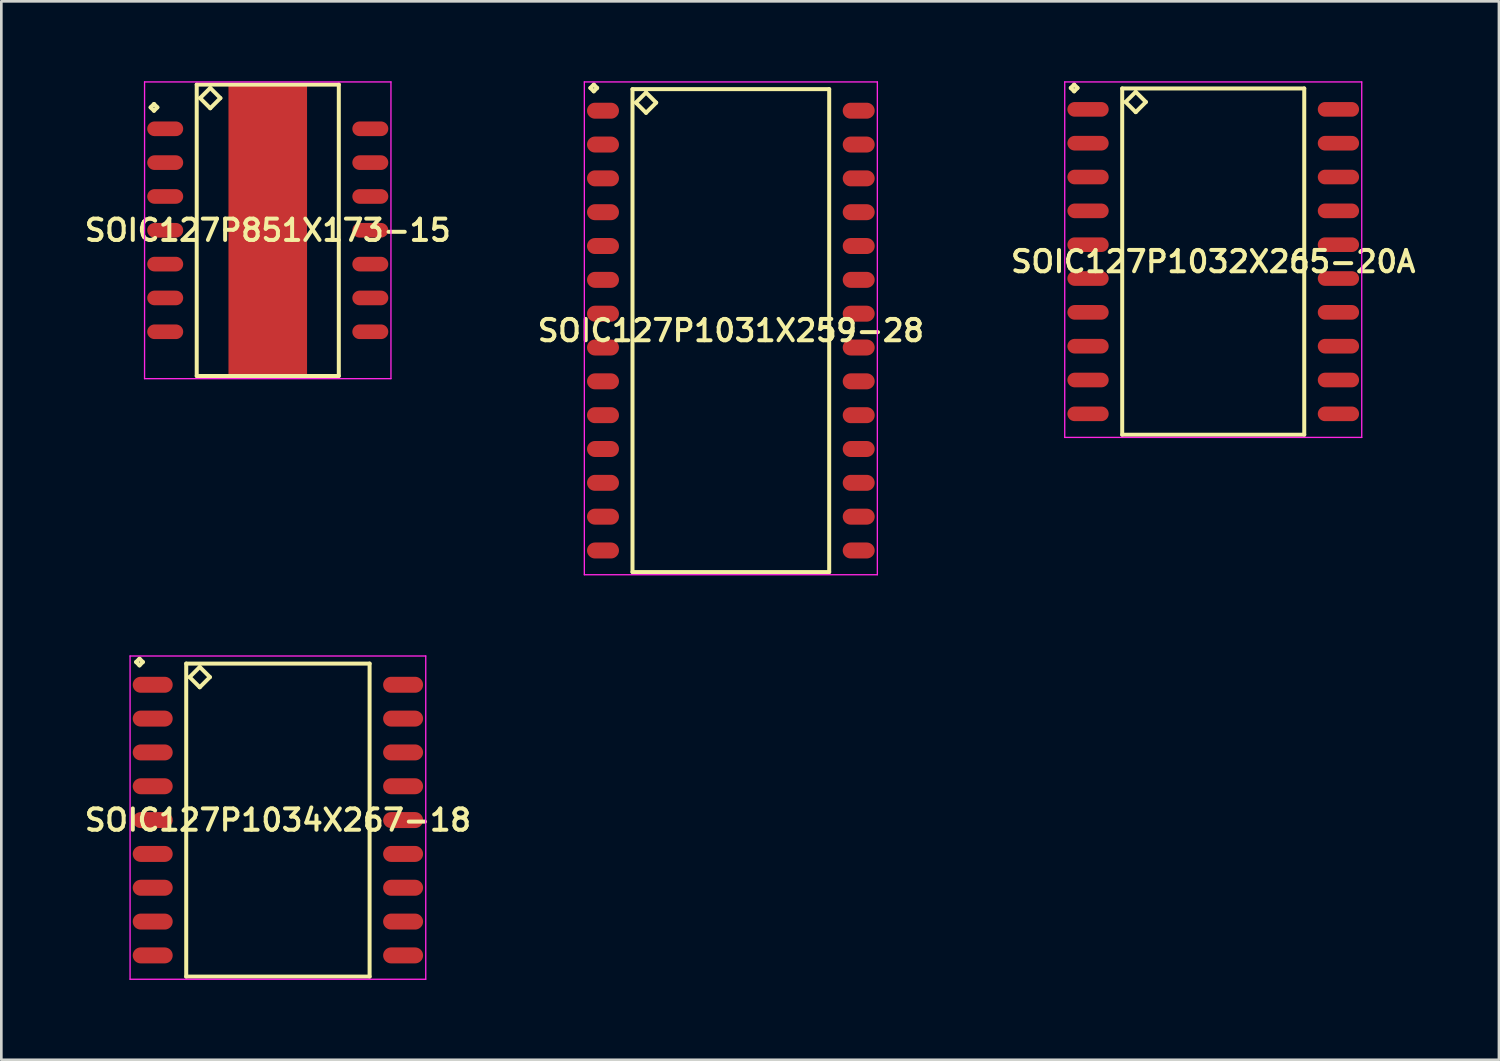
<source format=kicad_pcb>
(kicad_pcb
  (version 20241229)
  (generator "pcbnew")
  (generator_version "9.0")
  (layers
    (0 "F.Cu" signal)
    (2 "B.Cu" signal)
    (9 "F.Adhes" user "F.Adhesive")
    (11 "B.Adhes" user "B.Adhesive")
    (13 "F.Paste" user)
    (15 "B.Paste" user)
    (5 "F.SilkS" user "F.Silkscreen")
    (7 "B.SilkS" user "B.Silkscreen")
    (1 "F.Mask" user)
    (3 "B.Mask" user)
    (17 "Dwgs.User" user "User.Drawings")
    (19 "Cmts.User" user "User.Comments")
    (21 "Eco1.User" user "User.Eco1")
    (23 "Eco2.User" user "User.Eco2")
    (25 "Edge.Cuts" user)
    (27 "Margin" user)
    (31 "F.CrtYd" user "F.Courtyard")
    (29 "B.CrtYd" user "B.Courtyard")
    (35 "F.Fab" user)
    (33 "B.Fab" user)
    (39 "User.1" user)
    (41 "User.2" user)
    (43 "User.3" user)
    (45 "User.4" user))
  (footprint "SOIC127P1034X267-18"
    (layer "F.Cu")
    (at 7.383 27.737)
    (property "Reference" "SOIC127P1034X267-18" (at 0 0 0) (layer "F.SilkS") (effects (font (size 0.8 0.8) (thickness 0.15))))
    (attr smd)
    (fp_line (start -5.323 -5.934) (end -5.196 -6.061) (stroke (width 0.15) (type solid)) (layer "F.SilkS"))
    (fp_line (start -5.196 -6.061) (end -5.069 -5.934) (stroke (width 0.15) (type solid)) (layer "F.SilkS"))
    (fp_line (start -5.196 -5.807) (end -5.323 -5.934) (stroke (width 0.15) (type solid)) (layer "F.SilkS"))
    (fp_line (start -5.069 -5.934) (end -5.196 -5.807) (stroke (width 0.15) (type solid)) (layer "F.SilkS"))
    (fp_line (start -3.442 -5.875) (end -3.442 5.875) (stroke (width 0.15) (type solid)) (layer "F.SilkS"))
    (fp_line (start -3.442 5.875) (end 3.442 5.875) (stroke (width 0.15) (type solid)) (layer "F.SilkS"))
    (fp_line (start -3.315 -5.367) (end -2.934 -5.748) (stroke (width 0.15) (type solid)) (layer "F.SilkS"))
    (fp_line (start -2.934 -5.748) (end -2.553 -5.367) (stroke (width 0.15) (type solid)) (layer "F.SilkS"))
    (fp_line (start -2.934 -4.986) (end -3.315 -5.367) (stroke (width 0.15) (type solid)) (layer "F.SilkS"))
    (fp_line (start -2.553 -5.367) (end -2.934 -4.986) (stroke (width 0.15) (type solid)) (layer "F.SilkS"))
    (fp_line (start 3.442 -5.875) (end -3.442 -5.875) (stroke (width 0.15) (type solid)) (layer "F.SilkS"))
    (fp_line (start 3.442 5.875) (end 3.442 -5.875) (stroke (width 0.15) (type solid)) (layer "F.SilkS"))
    (fp_line (start -5.55 -6.161) (end 5.55 -6.161) (stroke (width 0.05) (type solid)) (layer "F.CrtYd"))
    (fp_line (start -5.55 5.975) (end -5.55 -6.161) (stroke (width 0.05) (type solid)) (layer "F.CrtYd"))
    (fp_line (start 5.55 -6.161) (end 5.55 5.975) (stroke (width 0.05) (type solid)) (layer "F.CrtYd"))
    (fp_line (start 5.55 5.975) (end -5.55 5.975) (stroke (width 0.05) (type solid)) (layer "F.CrtYd"))
    (pad "1" smd oval (at -4.7 -5.08) (size 1.5 0.6) (layers "F.Cu" "F.Mask" "F.Paste"))
    (pad "2" smd oval (at -4.7 -3.81) (size 1.5 0.6) (layers "F.Cu" "F.Mask" "F.Paste"))
    (pad "3" smd oval (at -4.7 -2.54) (size 1.5 0.6) (layers "F.Cu" "F.Mask" "F.Paste"))
    (pad "4" smd oval (at -4.7 -1.27) (size 1.5 0.6) (layers "F.Cu" "F.Mask" "F.Paste"))
    (pad "5" smd oval (at -4.7 0) (size 1.5 0.6) (layers "F.Cu" "F.Mask" "F.Paste"))
    (pad "6" smd oval (at -4.7 1.27) (size 1.5 0.6) (layers "F.Cu" "F.Mask" "F.Paste"))
    (pad "7" smd oval (at -4.7 2.54) (size 1.5 0.6) (layers "F.Cu" "F.Mask" "F.Paste"))
    (pad "8" smd oval (at -4.7 3.81) (size 1.5 0.6) (layers "F.Cu" "F.Mask" "F.Paste"))
    (pad "9" smd oval (at -4.7 5.08) (size 1.5 0.6) (layers "F.Cu" "F.Mask" "F.Paste"))
    (pad "10" smd oval (at 4.7 5.08) (size 1.5 0.6) (layers "F.Cu" "F.Mask" "F.Paste"))
    (pad "11" smd oval (at 4.7 3.81) (size 1.5 0.6) (layers "F.Cu" "F.Mask" "F.Paste"))
    (pad "12" smd oval (at 4.7 2.54) (size 1.5 0.6) (layers "F.Cu" "F.Mask" "F.Paste"))
    (pad "13" smd oval (at 4.7 1.27) (size 1.5 0.6) (layers "F.Cu" "F.Mask" "F.Paste"))
    (pad "14" smd oval (at 4.7 0) (size 1.5 0.6) (layers "F.Cu" "F.Mask" "F.Paste"))
    (pad "15" smd oval (at 4.7 -1.27) (size 1.5 0.6) (layers "F.Cu" "F.Mask" "F.Paste"))
    (pad "16" smd oval (at 4.7 -2.54) (size 1.5 0.6) (layers "F.Cu" "F.Mask" "F.Paste"))
    (pad "17" smd oval (at 4.7 -3.81) (size 1.5 0.6) (layers "F.Cu" "F.Mask" "F.Paste"))
    (pad "18" smd oval (at 4.7 -5.08) (size 1.5 0.6) (layers "F.Cu" "F.Mask" "F.Paste")))
  (footprint "SOIC127P851X173-15"
    (layer "F.Cu")
    (at 7.002 5.595)
    (property "Reference" "SOIC127P851X173-15" (at 0 0 0) (layer "F.SilkS") (effects (font (size 0.8 0.8) (thickness 0.15))))
    (attr smd)
    (fp_line (start -4.398 -4.614) (end -4.271 -4.741) (stroke (width 0.15) (type solid)) (layer "F.SilkS"))
    (fp_line (start -4.271 -4.741) (end -4.144 -4.614) (stroke (width 0.15) (type solid)) (layer "F.SilkS"))
    (fp_line (start -4.271 -4.487) (end -4.398 -4.614) (stroke (width 0.15) (type solid)) (layer "F.SilkS"))
    (fp_line (start -4.144 -4.614) (end -4.271 -4.487) (stroke (width 0.15) (type solid)) (layer "F.SilkS"))
    (fp_line (start -2.667 -5.47) (end -2.667 5.47) (stroke (width 0.15) (type solid)) (layer "F.SilkS"))
    (fp_line (start -2.667 5.47) (end 2.667 5.47) (stroke (width 0.15) (type solid)) (layer "F.SilkS"))
    (fp_line (start -2.54 -4.962) (end -2.159 -5.343) (stroke (width 0.15) (type solid)) (layer "F.SilkS"))
    (fp_line (start -2.159 -5.343) (end -1.778 -4.962) (stroke (width 0.15) (type solid)) (layer "F.SilkS"))
    (fp_line (start -2.159 -4.581) (end -2.54 -4.962) (stroke (width 0.15) (type solid)) (layer "F.SilkS"))
    (fp_line (start -1.778 -4.962) (end -2.159 -4.581) (stroke (width 0.15) (type solid)) (layer "F.SilkS"))
    (fp_line (start 2.667 -5.47) (end -2.667 -5.47) (stroke (width 0.15) (type solid)) (layer "F.SilkS"))
    (fp_line (start 2.667 5.47) (end 2.667 -5.47) (stroke (width 0.15) (type solid)) (layer "F.SilkS"))
    (fp_line (start -4.625 -5.57) (end 4.625 -5.57) (stroke (width 0.05) (type solid)) (layer "F.CrtYd"))
    (fp_line (start -4.625 5.57) (end -4.625 -5.57) (stroke (width 0.05) (type solid)) (layer "F.CrtYd"))
    (fp_line (start 4.625 -5.57) (end 4.625 5.57) (stroke (width 0.05) (type solid)) (layer "F.CrtYd"))
    (fp_line (start 4.625 5.57) (end -4.625 5.57) (stroke (width 0.05) (type solid)) (layer "F.CrtYd"))
    (pad "1" smd oval (at -3.85 -3.81) (size 1.35 0.55) (layers "F.Cu" "F.Mask" "F.Paste"))
    (pad "2" smd oval (at -3.85 -2.54) (size 1.35 0.55) (layers "F.Cu" "F.Mask" "F.Paste"))
    (pad "3" smd oval (at -3.85 -1.27) (size 1.35 0.55) (layers "F.Cu" "F.Mask" "F.Paste"))
    (pad "4" smd oval (at -3.85 0) (size 1.35 0.55) (layers "F.Cu" "F.Mask" "F.Paste"))
    (pad "5" smd oval (at -3.85 1.27) (size 1.35 0.55) (layers "F.Cu" "F.Mask" "F.Paste"))
    (pad "6" smd oval (at -3.85 2.54) (size 1.35 0.55) (layers "F.Cu" "F.Mask" "F.Paste"))
    (pad "7" smd oval (at -3.85 3.81) (size 1.35 0.55) (layers "F.Cu" "F.Mask" "F.Paste"))
    (pad "8" smd oval (at 3.85 3.81) (size 1.35 0.55) (layers "F.Cu" "F.Mask" "F.Paste"))
    (pad "9" smd oval (at 3.85 2.54) (size 1.35 0.55) (layers "F.Cu" "F.Mask" "F.Paste"))
    (pad "10" smd oval (at 3.85 1.27) (size 1.35 0.55) (layers "F.Cu" "F.Mask" "F.Paste"))
    (pad "11" smd oval (at 3.85 0) (size 1.35 0.55) (layers "F.Cu" "F.Mask" "F.Paste"))
    (pad "12" smd oval (at 3.85 -1.27) (size 1.35 0.55) (layers "F.Cu" "F.Mask" "F.Paste"))
    (pad "13" smd oval (at 3.85 -2.54) (size 1.35 0.55) (layers "F.Cu" "F.Mask" "F.Paste"))
    (pad "14" smd oval (at 3.85 -3.81) (size 1.35 0.55) (layers "F.Cu" "F.Mask" "F.Paste"))
    (pad "15" smd rect (at 0 0) (size 2.95 10.9) (layers "F.Cu" "F.Mask" "F.Paste")))
  (footprint "SOIC127P1032X265-20A"
    (layer "F.Cu")
    (at 42.496 6.771)
    (property "Reference" "SOIC127P1032X265-20A" (at 0 0 0) (layer "F.SilkS") (effects (font (size 0.8 0.8) (thickness 0.15))))
    (attr smd)
    (fp_line (start -5.348 -6.519) (end -5.221 -6.646) (stroke (width 0.15) (type solid)) (layer "F.SilkS"))
    (fp_line (start -5.221 -6.646) (end -5.094 -6.519) (stroke (width 0.15) (type solid)) (layer "F.SilkS"))
    (fp_line (start -5.221 -6.392) (end -5.348 -6.519) (stroke (width 0.15) (type solid)) (layer "F.SilkS"))
    (fp_line (start -5.094 -6.519) (end -5.221 -6.392) (stroke (width 0.15) (type solid)) (layer "F.SilkS"))
    (fp_line (start -3.417 -6.5) (end -3.417 6.5) (stroke (width 0.15) (type solid)) (layer "F.SilkS"))
    (fp_line (start -3.417 6.5) (end 3.417 6.5) (stroke (width 0.15) (type solid)) (layer "F.SilkS"))
    (fp_line (start -3.29 -5.992) (end -2.909 -6.373) (stroke (width 0.15) (type solid)) (layer "F.SilkS"))
    (fp_line (start -2.909 -6.373) (end -2.528 -5.992) (stroke (width 0.15) (type solid)) (layer "F.SilkS"))
    (fp_line (start -2.909 -5.611) (end -3.29 -5.992) (stroke (width 0.15) (type solid)) (layer "F.SilkS"))
    (fp_line (start -2.528 -5.992) (end -2.909 -5.611) (stroke (width 0.15) (type solid)) (layer "F.SilkS"))
    (fp_line (start 3.417 -6.5) (end -3.417 -6.5) (stroke (width 0.15) (type solid)) (layer "F.SilkS"))
    (fp_line (start 3.417 6.5) (end 3.417 -6.5) (stroke (width 0.15) (type solid)) (layer "F.SilkS"))
    (fp_line (start -5.575 -6.746) (end 5.575 -6.746) (stroke (width 0.05) (type solid)) (layer "F.CrtYd"))
    (fp_line (start -5.575 6.6) (end -5.575 -6.746) (stroke (width 0.05) (type solid)) (layer "F.CrtYd"))
    (fp_line (start 5.575 -6.746) (end 5.575 6.6) (stroke (width 0.05) (type solid)) (layer "F.CrtYd"))
    (fp_line (start 5.575 6.6) (end -5.575 6.6) (stroke (width 0.05) (type solid)) (layer "F.CrtYd"))
    (pad "1" smd oval (at -4.7 -5.715) (size 1.55 0.55) (layers "F.Cu" "F.Mask" "F.Paste"))
    (pad "2" smd oval (at -4.7 -4.445) (size 1.55 0.55) (layers "F.Cu" "F.Mask" "F.Paste"))
    (pad "3" smd oval (at -4.7 -3.175) (size 1.55 0.55) (layers "F.Cu" "F.Mask" "F.Paste"))
    (pad "4" smd oval (at -4.7 -1.905) (size 1.55 0.55) (layers "F.Cu" "F.Mask" "F.Paste"))
    (pad "5" smd oval (at -4.7 -0.635) (size 1.55 0.55) (layers "F.Cu" "F.Mask" "F.Paste"))
    (pad "6" smd oval (at -4.7 0.635) (size 1.55 0.55) (layers "F.Cu" "F.Mask" "F.Paste"))
    (pad "7" smd oval (at -4.7 1.905) (size 1.55 0.55) (layers "F.Cu" "F.Mask" "F.Paste"))
    (pad "8" smd oval (at -4.7 3.175) (size 1.55 0.55) (layers "F.Cu" "F.Mask" "F.Paste"))
    (pad "9" smd oval (at -4.7 4.445) (size 1.55 0.55) (layers "F.Cu" "F.Mask" "F.Paste"))
    (pad "10" smd oval (at -4.7 5.715) (size 1.55 0.55) (layers "F.Cu" "F.Mask" "F.Paste"))
    (pad "11" smd oval (at 4.7 5.715) (size 1.55 0.55) (layers "F.Cu" "F.Mask" "F.Paste"))
    (pad "12" smd oval (at 4.7 4.445) (size 1.55 0.55) (layers "F.Cu" "F.Mask" "F.Paste"))
    (pad "13" smd oval (at 4.7 3.175) (size 1.55 0.55) (layers "F.Cu" "F.Mask" "F.Paste"))
    (pad "14" smd oval (at 4.7 1.905) (size 1.55 0.55) (layers "F.Cu" "F.Mask" "F.Paste"))
    (pad "15" smd oval (at 4.7 0.635) (size 1.55 0.55) (layers "F.Cu" "F.Mask" "F.Paste"))
    (pad "16" smd oval (at 4.7 -0.635) (size 1.55 0.55) (layers "F.Cu" "F.Mask" "F.Paste"))
    (pad "17" smd oval (at 4.7 -1.905) (size 1.55 0.55) (layers "F.Cu" "F.Mask" "F.Paste"))
    (pad "18" smd oval (at 4.7 -3.175) (size 1.55 0.55) (layers "F.Cu" "F.Mask" "F.Paste"))
    (pad "19" smd oval (at 4.7 -4.445) (size 1.55 0.55) (layers "F.Cu" "F.Mask" "F.Paste"))
    (pad "20" smd oval (at 4.7 -5.715) (size 1.55 0.55) (layers "F.Cu" "F.Mask" "F.Paste")))
  (footprint "SOIC127P1031X259-28"
    (layer "F.Cu")
    (at 24.387 9.361)
    (property "Reference" "SOIC127P1031X259-28" (at 0 0 0) (layer "F.SilkS") (effects (font (size 0.8 0.8) (thickness 0.15))))
    (attr smd)
    (fp_line (start -5.273 -9.109) (end -5.146 -9.236) (stroke (width 0.15) (type solid)) (layer "F.SilkS"))
    (fp_line (start -5.146 -9.236) (end -5.019 -9.109) (stroke (width 0.15) (type solid)) (layer "F.SilkS"))
    (fp_line (start -5.146 -8.982) (end -5.273 -9.109) (stroke (width 0.15) (type solid)) (layer "F.SilkS"))
    (fp_line (start -5.019 -9.109) (end -5.146 -8.982) (stroke (width 0.15) (type solid)) (layer "F.SilkS"))
    (fp_line (start -3.692 -9.065) (end -3.692 9.065) (stroke (width 0.15) (type solid)) (layer "F.SilkS"))
    (fp_line (start -3.692 9.065) (end 3.692 9.065) (stroke (width 0.15) (type solid)) (layer "F.SilkS"))
    (fp_line (start -3.565 -8.557) (end -3.184 -8.938) (stroke (width 0.15) (type solid)) (layer "F.SilkS"))
    (fp_line (start -3.184 -8.938) (end -2.803 -8.557) (stroke (width 0.15) (type solid)) (layer "F.SilkS"))
    (fp_line (start -3.184 -8.176) (end -3.565 -8.557) (stroke (width 0.15) (type solid)) (layer "F.SilkS"))
    (fp_line (start -2.803 -8.557) (end -3.184 -8.176) (stroke (width 0.15) (type solid)) (layer "F.SilkS"))
    (fp_line (start 3.692 -9.065) (end -3.692 -9.065) (stroke (width 0.15) (type solid)) (layer "F.SilkS"))
    (fp_line (start 3.692 9.065) (end 3.692 -9.065) (stroke (width 0.15) (type solid)) (layer "F.SilkS"))
    (fp_line (start -5.5 -9.336) (end 5.5 -9.336) (stroke (width 0.05) (type solid)) (layer "F.CrtYd"))
    (fp_line (start -5.5 9.165) (end -5.5 -9.336) (stroke (width 0.05) (type solid)) (layer "F.CrtYd"))
    (fp_line (start 5.5 -9.336) (end 5.5 9.165) (stroke (width 0.05) (type solid)) (layer "F.CrtYd"))
    (fp_line (start 5.5 9.165) (end -5.5 9.165) (stroke (width 0.05) (type solid)) (layer "F.CrtYd"))
    (pad "1" smd oval (at -4.8 -8.255) (size 1.2 0.6) (layers "F.Cu" "F.Mask" "F.Paste"))
    (pad "2" smd oval (at -4.8 -6.985) (size 1.2 0.6) (layers "F.Cu" "F.Mask" "F.Paste"))
    (pad "3" smd oval (at -4.8 -5.715) (size 1.2 0.6) (layers "F.Cu" "F.Mask" "F.Paste"))
    (pad "4" smd oval (at -4.8 -4.445) (size 1.2 0.6) (layers "F.Cu" "F.Mask" "F.Paste"))
    (pad "5" smd oval (at -4.8 -3.175) (size 1.2 0.6) (layers "F.Cu" "F.Mask" "F.Paste"))
    (pad "6" smd oval (at -4.8 -1.905) (size 1.2 0.6) (layers "F.Cu" "F.Mask" "F.Paste"))
    (pad "7" smd oval (at -4.8 -0.635) (size 1.2 0.6) (layers "F.Cu" "F.Mask" "F.Paste"))
    (pad "8" smd oval (at -4.8 0.635) (size 1.2 0.6) (layers "F.Cu" "F.Mask" "F.Paste"))
    (pad "9" smd oval (at -4.8 1.905) (size 1.2 0.6) (layers "F.Cu" "F.Mask" "F.Paste"))
    (pad "10" smd oval (at -4.8 3.175) (size 1.2 0.6) (layers "F.Cu" "F.Mask" "F.Paste"))
    (pad "11" smd oval (at -4.8 4.445) (size 1.2 0.6) (layers "F.Cu" "F.Mask" "F.Paste"))
    (pad "12" smd oval (at -4.8 5.715) (size 1.2 0.6) (layers "F.Cu" "F.Mask" "F.Paste"))
    (pad "13" smd oval (at -4.8 6.985) (size 1.2 0.6) (layers "F.Cu" "F.Mask" "F.Paste"))
    (pad "14" smd oval (at -4.8 8.255) (size 1.2 0.6) (layers "F.Cu" "F.Mask" "F.Paste"))
    (pad "15" smd oval (at 4.8 8.255) (size 1.2 0.6) (layers "F.Cu" "F.Mask" "F.Paste"))
    (pad "16" smd oval (at 4.8 6.985) (size 1.2 0.6) (layers "F.Cu" "F.Mask" "F.Paste"))
    (pad "17" smd oval (at 4.8 5.715) (size 1.2 0.6) (layers "F.Cu" "F.Mask" "F.Paste"))
    (pad "18" smd oval (at 4.8 4.445) (size 1.2 0.6) (layers "F.Cu" "F.Mask" "F.Paste"))
    (pad "19" smd oval (at 4.8 3.175) (size 1.2 0.6) (layers "F.Cu" "F.Mask" "F.Paste"))
    (pad "20" smd oval (at 4.8 1.905) (size 1.2 0.6) (layers "F.Cu" "F.Mask" "F.Paste"))
    (pad "21" smd oval (at 4.8 0.635) (size 1.2 0.6) (layers "F.Cu" "F.Mask" "F.Paste"))
    (pad "22" smd oval (at 4.8 -0.635) (size 1.2 0.6) (layers "F.Cu" "F.Mask" "F.Paste"))
    (pad "23" smd oval (at 4.8 -1.905) (size 1.2 0.6) (layers "F.Cu" "F.Mask" "F.Paste"))
    (pad "24" smd oval (at 4.8 -3.175) (size 1.2 0.6) (layers "F.Cu" "F.Mask" "F.Paste"))
    (pad "25" smd oval (at 4.8 -4.445) (size 1.2 0.6) (layers "F.Cu" "F.Mask" "F.Paste"))
    (pad "26" smd oval (at 4.8 -5.715) (size 1.2 0.6) (layers "F.Cu" "F.Mask" "F.Paste"))
    (pad "27" smd oval (at 4.8 -6.985) (size 1.2 0.6) (layers "F.Cu" "F.Mask" "F.Paste"))
    (pad "28" smd oval (at 4.8 -8.255) (size 1.2 0.6) (layers "F.Cu" "F.Mask" "F.Paste")))
  (gr_rect
    (start -3 -3)
    (end 53.222 36.737)
    (stroke (width 0.1) (type default))
    (fill no)
    (layer "Edge.Cuts")))
</source>
